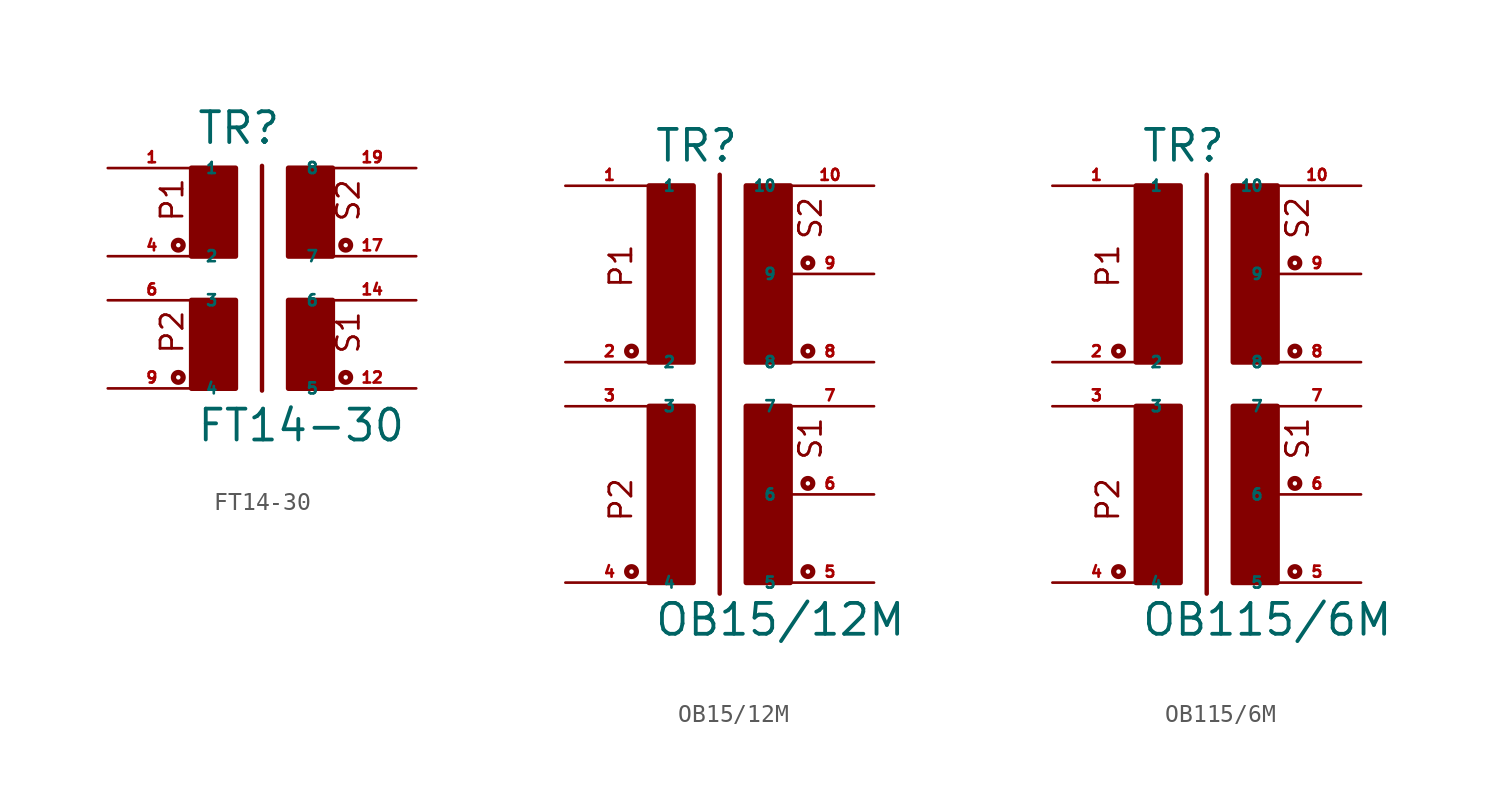
<source format=kicad_sym>
(kicad_symbol_lib
  (version 20220914)
  (generator Eagle2Kicad)
  (symbol "FT14-30"
    (property "Reference" "TR"
      (at -2.54 6.35 0)
      (effects (font (size 1.778 1.778) (thickness 0.22)) (justify left bottom)))
    (property "Value" "FT14-30"
      (at -2.54 -10.795 0)
      (effects (font (size 1.778 1.778) (thickness 0.22)) (justify left bottom)))
    (polyline
      (pts (xy 1.27 5.207) (xy 1.27 -7.747))
      (stroke (width 0.254) (type default))
      (fill (type none)))
    (text "S2"
      (at 6.985 1.905 900)
      (effects (font (size 1.27 1.27) (thickness 0.16)) (justify left bottom)))
    (text "S1"
      (at 6.985 -5.715 900)
      (effects (font (size 1.27 1.27) (thickness 0.16)) (justify left bottom)))
    (text "P2"
      (at -3.175 -5.715 900)
      (effects (font (size 1.27 1.27) (thickness 0.16)) (justify left bottom)))
    (text "P1"
      (at -3.175 1.905 900)
      (effects (font (size 1.27 1.27) (thickness 0.16)) (justify left bottom)))
    (circle
      (center -3.556 0.635)
      (radius 0.127)
      (stroke (width 0.305) (type default))
      (fill (type none)))
    (circle
      (center -3.556 -6.985)
      (radius 0.127)
      (stroke (width 0.305) (type default))
      (fill (type none)))
    (circle
      (center 6.096 0.635)
      (radius 0.127)
      (stroke (width 0.305) (type default))
      (fill (type none)))
    (circle
      (center 6.096 -6.985)
      (radius 0.127)
      (stroke (width 0.305) (type default))
      (fill (type none)))
    (rectangle
      (start -2.794 0)
      (end -0.254 5.08)
      (stroke (width 0.3) (type default))
      (fill (type outline)))
    (rectangle
      (start -2.794 -7.62)
      (end -0.254 -2.54)
      (stroke (width 0.3) (type default))
      (fill (type outline)))
    (rectangle
      (start 2.794 0)
      (end 5.334 5.08)
      (stroke (width 0.3) (type default))
      (fill (type outline)))
    (rectangle
      (start 2.794 -7.62)
      (end 5.334 -2.54)
      (stroke (width 0.3) (type default))
      (fill (type outline)))
    (pin passive line
      (at -7.62 5.08 0)
      (length 5.08)
      (name "1" (effects (font (size 0.635 0.635) (thickness 0.08)) (justify left bottom)))
      (number "1" (effects (font (size 0.635 0.635) (thickness 0.08)) (justify left bottom))))
    (pin passive line
      (at -7.62 0 0)
      (length 5.08)
      (name "2" (effects (font (size 0.635 0.635) (thickness 0.08)) (justify left bottom)))
      (number "4" (effects (font (size 0.635 0.635) (thickness 0.08)) (justify left bottom))))
    (pin passive line
      (at 10.16 -7.62 180)
      (length 5.08)
      (name "5" (effects (font (size 0.635 0.635) (thickness 0.08)) (justify left bottom)))
      (number "12" (effects (font (size 0.635 0.635) (thickness 0.08)) (justify left bottom))))
    (pin passive line
      (at 10.16 -2.54 180)
      (length 5.08)
      (name "6" (effects (font (size 0.635 0.635) (thickness 0.08)) (justify left bottom)))
      (number "14" (effects (font (size 0.635 0.635) (thickness 0.08)) (justify left bottom))))
    (pin passive line
      (at 10.16 0 180)
      (length 5.08)
      (name "7" (effects (font (size 0.635 0.635) (thickness 0.08)) (justify left bottom)))
      (number "17" (effects (font (size 0.635 0.635) (thickness 0.08)) (justify left bottom))))
    (pin passive line
      (at 10.16 5.08 180)
      (length 5.08)
      (name "8" (effects (font (size 0.635 0.635) (thickness 0.08)) (justify left bottom)))
      (number "19" (effects (font (size 0.635 0.635) (thickness 0.08)) (justify left bottom))))
    (pin passive line
      (at -7.62 -2.54 0)
      (length 5.08)
      (name "3" (effects (font (size 0.635 0.635) (thickness 0.08)) (justify left bottom)))
      (number "6" (effects (font (size 0.635 0.635) (thickness 0.08)) (justify left bottom))))
    (pin passive line
      (at -7.62 -7.62 0)
      (length 5.08)
      (name "4" (effects (font (size 0.635 0.635) (thickness 0.08)) (justify left bottom)))
      (number "9" (effects (font (size 0.635 0.635) (thickness 0.08)) (justify left bottom)))))
  (symbol "OB15/12M"
    (property "Reference" "TR"
      (at -2.54 11.43 0)
      (effects (font (size 1.778 1.778) (thickness 0.22)) (justify left bottom)))
    (property "Value" "OB15/12M"
      (at -2.54 -15.875 0)
      (effects (font (size 1.778 1.778) (thickness 0.22)) (justify left bottom)))
    (polyline
      (pts (xy 1.27 10.795) (xy 1.27 -13.335))
      (stroke (width 0.254) (type default))
      (fill (type none)))
    (text "S2"
      (at 7.239 6.985 900)
      (effects (font (size 1.27 1.27) (thickness 0.16)) (justify left bottom)))
    (text "S1"
      (at 7.239 -5.715 900)
      (effects (font (size 1.27 1.27) (thickness 0.16)) (justify left bottom)))
    (text "P2"
      (at -3.683 -9.271 900)
      (effects (font (size 1.27 1.27) (thickness 0.16)) (justify left bottom)))
    (text "P1"
      (at -3.683 4.191 900)
      (effects (font (size 1.27 1.27) (thickness 0.16)) (justify left bottom)))
    (circle
      (center -3.81 0.635)
      (radius 0.127)
      (stroke (width 0.305) (type default))
      (fill (type none)))
    (circle
      (center -3.81 -12.065)
      (radius 0.127)
      (stroke (width 0.305) (type default))
      (fill (type none)))
    (circle
      (center 6.35 0.635)
      (radius 0.127)
      (stroke (width 0.305) (type default))
      (fill (type none)))
    (circle
      (center 6.35 -12.065)
      (radius 0.127)
      (stroke (width 0.305) (type default))
      (fill (type none)))
    (circle
      (center 6.35 -6.985)
      (radius 0.127)
      (stroke (width 0.305) (type default))
      (fill (type none)))
    (circle
      (center 6.35 5.715)
      (radius 0.127)
      (stroke (width 0.305) (type default))
      (fill (type none)))
    (rectangle
      (start 2.794 -12.7)
      (end 5.334 -2.54)
      (stroke (width 0.3) (type default))
      (fill (type outline)))
    (rectangle
      (start 2.794 0)
      (end 5.334 10.16)
      (stroke (width 0.3) (type default))
      (fill (type outline)))
    (rectangle
      (start -2.794 0)
      (end -0.254 10.16)
      (stroke (width 0.3) (type default))
      (fill (type outline)))
    (rectangle
      (start -2.794 -12.7)
      (end -0.254 -2.54)
      (stroke (width 0.3) (type default))
      (fill (type outline)))
    (pin passive line
      (at -7.62 10.16 0)
      (length 5.08)
      (name "1" (effects (font (size 0.635 0.635) (thickness 0.08)) (justify left bottom)))
      (number "1" (effects (font (size 0.635 0.635) (thickness 0.08)) (justify left bottom))))
    (pin passive line
      (at -7.62 0 0)
      (length 5.08)
      (name "2" (effects (font (size 0.635 0.635) (thickness 0.08)) (justify left bottom)))
      (number "2" (effects (font (size 0.635 0.635) (thickness 0.08)) (justify left bottom))))
    (pin passive line
      (at 10.16 -12.7 180)
      (length 5.08)
      (name "5" (effects (font (size 0.635 0.635) (thickness 0.08)) (justify left bottom)))
      (number "5" (effects (font (size 0.635 0.635) (thickness 0.08)) (justify left bottom))))
    (pin passive line
      (at 10.16 -2.54 180)
      (length 5.08)
      (name "7" (effects (font (size 0.635 0.635) (thickness 0.08)) (justify left bottom)))
      (number "7" (effects (font (size 0.635 0.635) (thickness 0.08)) (justify left bottom))))
    (pin passive line
      (at 10.16 0 180)
      (length 5.08)
      (name "8" (effects (font (size 0.635 0.635) (thickness 0.08)) (justify left bottom)))
      (number "8" (effects (font (size 0.635 0.635) (thickness 0.08)) (justify left bottom))))
    (pin passive line
      (at 10.16 10.16 180)
      (length 5.08)
      (name "10" (effects (font (size 0.635 0.635) (thickness 0.08)) (justify left bottom)))
      (number "10" (effects (font (size 0.635 0.635) (thickness 0.08)) (justify left bottom))))
    (pin passive line
      (at -7.62 -2.54 0)
      (length 5.08)
      (name "3" (effects (font (size 0.635 0.635) (thickness 0.08)) (justify left bottom)))
      (number "3" (effects (font (size 0.635 0.635) (thickness 0.08)) (justify left bottom))))
    (pin passive line
      (at -7.62 -12.7 0)
      (length 5.08)
      (name "4" (effects (font (size 0.635 0.635) (thickness 0.08)) (justify left bottom)))
      (number "4" (effects (font (size 0.635 0.635) (thickness 0.08)) (justify left bottom))))
    (pin passive line
      (at 10.16 -7.62 180)
      (length 5.08)
      (name "6" (effects (font (size 0.635 0.635) (thickness 0.08)) (justify left bottom)))
      (number "6" (effects (font (size 0.635 0.635) (thickness 0.08)) (justify left bottom))))
    (pin passive line
      (at 10.16 5.08 180)
      (length 5.08)
      (name "9" (effects (font (size 0.635 0.635) (thickness 0.08)) (justify left bottom)))
      (number "9" (effects (font (size 0.635 0.635) (thickness 0.08)) (justify left bottom)))))
  (symbol "OB115/6M"
    (property "Reference" "TR"
      (at -2.54 11.43 0)
      (effects (font (size 1.778 1.778) (thickness 0.22)) (justify left bottom)))
    (property "Value" "OB115/6M"
      (at -2.54 -15.875 0)
      (effects (font (size 1.778 1.778) (thickness 0.22)) (justify left bottom)))
    (polyline
      (pts (xy 1.27 10.795) (xy 1.27 -13.335))
      (stroke (width 0.254) (type default))
      (fill (type none)))
    (text "S2"
      (at 7.239 6.985 900)
      (effects (font (size 1.27 1.27) (thickness 0.16)) (justify left bottom)))
    (text "S1"
      (at 7.239 -5.715 900)
      (effects (font (size 1.27 1.27) (thickness 0.16)) (justify left bottom)))
    (text "P2"
      (at -3.683 -9.271 900)
      (effects (font (size 1.27 1.27) (thickness 0.16)) (justify left bottom)))
    (text "P1"
      (at -3.683 4.191 900)
      (effects (font (size 1.27 1.27) (thickness 0.16)) (justify left bottom)))
    (circle
      (center -3.81 0.635)
      (radius 0.127)
      (stroke (width 0.305) (type default))
      (fill (type none)))
    (circle
      (center -3.81 -12.065)
      (radius 0.127)
      (stroke (width 0.305) (type default))
      (fill (type none)))
    (circle
      (center 6.35 0.635)
      (radius 0.127)
      (stroke (width 0.305) (type default))
      (fill (type none)))
    (circle
      (center 6.35 -12.065)
      (radius 0.127)
      (stroke (width 0.305) (type default))
      (fill (type none)))
    (circle
      (center 6.35 -6.985)
      (radius 0.127)
      (stroke (width 0.305) (type default))
      (fill (type none)))
    (circle
      (center 6.35 5.715)
      (radius 0.127)
      (stroke (width 0.305) (type default))
      (fill (type none)))
    (rectangle
      (start 2.794 -12.7)
      (end 5.334 -2.54)
      (stroke (width 0.3) (type default))
      (fill (type outline)))
    (rectangle
      (start 2.794 0)
      (end 5.334 10.16)
      (stroke (width 0.3) (type default))
      (fill (type outline)))
    (rectangle
      (start -2.794 0)
      (end -0.254 10.16)
      (stroke (width 0.3) (type default))
      (fill (type outline)))
    (rectangle
      (start -2.794 -12.7)
      (end -0.254 -2.54)
      (stroke (width 0.3) (type default))
      (fill (type outline)))
    (pin passive line
      (at -7.62 10.16 0)
      (length 5.08)
      (name "1" (effects (font (size 0.635 0.635) (thickness 0.08)) (justify left bottom)))
      (number "1" (effects (font (size 0.635 0.635) (thickness 0.08)) (justify left bottom))))
    (pin passive line
      (at -7.62 0 0)
      (length 5.08)
      (name "2" (effects (font (size 0.635 0.635) (thickness 0.08)) (justify left bottom)))
      (number "2" (effects (font (size 0.635 0.635) (thickness 0.08)) (justify left bottom))))
    (pin passive line
      (at 10.16 -12.7 180)
      (length 5.08)
      (name "5" (effects (font (size 0.635 0.635) (thickness 0.08)) (justify left bottom)))
      (number "5" (effects (font (size 0.635 0.635) (thickness 0.08)) (justify left bottom))))
    (pin passive line
      (at 10.16 -2.54 180)
      (length 5.08)
      (name "7" (effects (font (size 0.635 0.635) (thickness 0.08)) (justify left bottom)))
      (number "7" (effects (font (size 0.635 0.635) (thickness 0.08)) (justify left bottom))))
    (pin passive line
      (at 10.16 0 180)
      (length 5.08)
      (name "8" (effects (font (size 0.635 0.635) (thickness 0.08)) (justify left bottom)))
      (number "8" (effects (font (size 0.635 0.635) (thickness 0.08)) (justify left bottom))))
    (pin passive line
      (at 10.16 10.16 180)
      (length 5.08)
      (name "10" (effects (font (size 0.635 0.635) (thickness 0.08)) (justify left bottom)))
      (number "10" (effects (font (size 0.635 0.635) (thickness 0.08)) (justify left bottom))))
    (pin passive line
      (at -7.62 -2.54 0)
      (length 5.08)
      (name "3" (effects (font (size 0.635 0.635) (thickness 0.08)) (justify left bottom)))
      (number "3" (effects (font (size 0.635 0.635) (thickness 0.08)) (justify left bottom))))
    (pin passive line
      (at -7.62 -12.7 0)
      (length 5.08)
      (name "4" (effects (font (size 0.635 0.635) (thickness 0.08)) (justify left bottom)))
      (number "4" (effects (font (size 0.635 0.635) (thickness 0.08)) (justify left bottom))))
    (pin passive line
      (at 10.16 -7.62 180)
      (length 5.08)
      (name "6" (effects (font (size 0.635 0.635) (thickness 0.08)) (justify left bottom)))
      (number "6" (effects (font (size 0.635 0.635) (thickness 0.08)) (justify left bottom))))
    (pin passive line
      (at 10.16 5.08 180)
      (length 5.08)
      (name "9" (effects (font (size 0.635 0.635) (thickness 0.08)) (justify left bottom)))
      (number "9" (effects (font (size 0.635 0.635) (thickness 0.08)) (justify left bottom))))))
</source>
